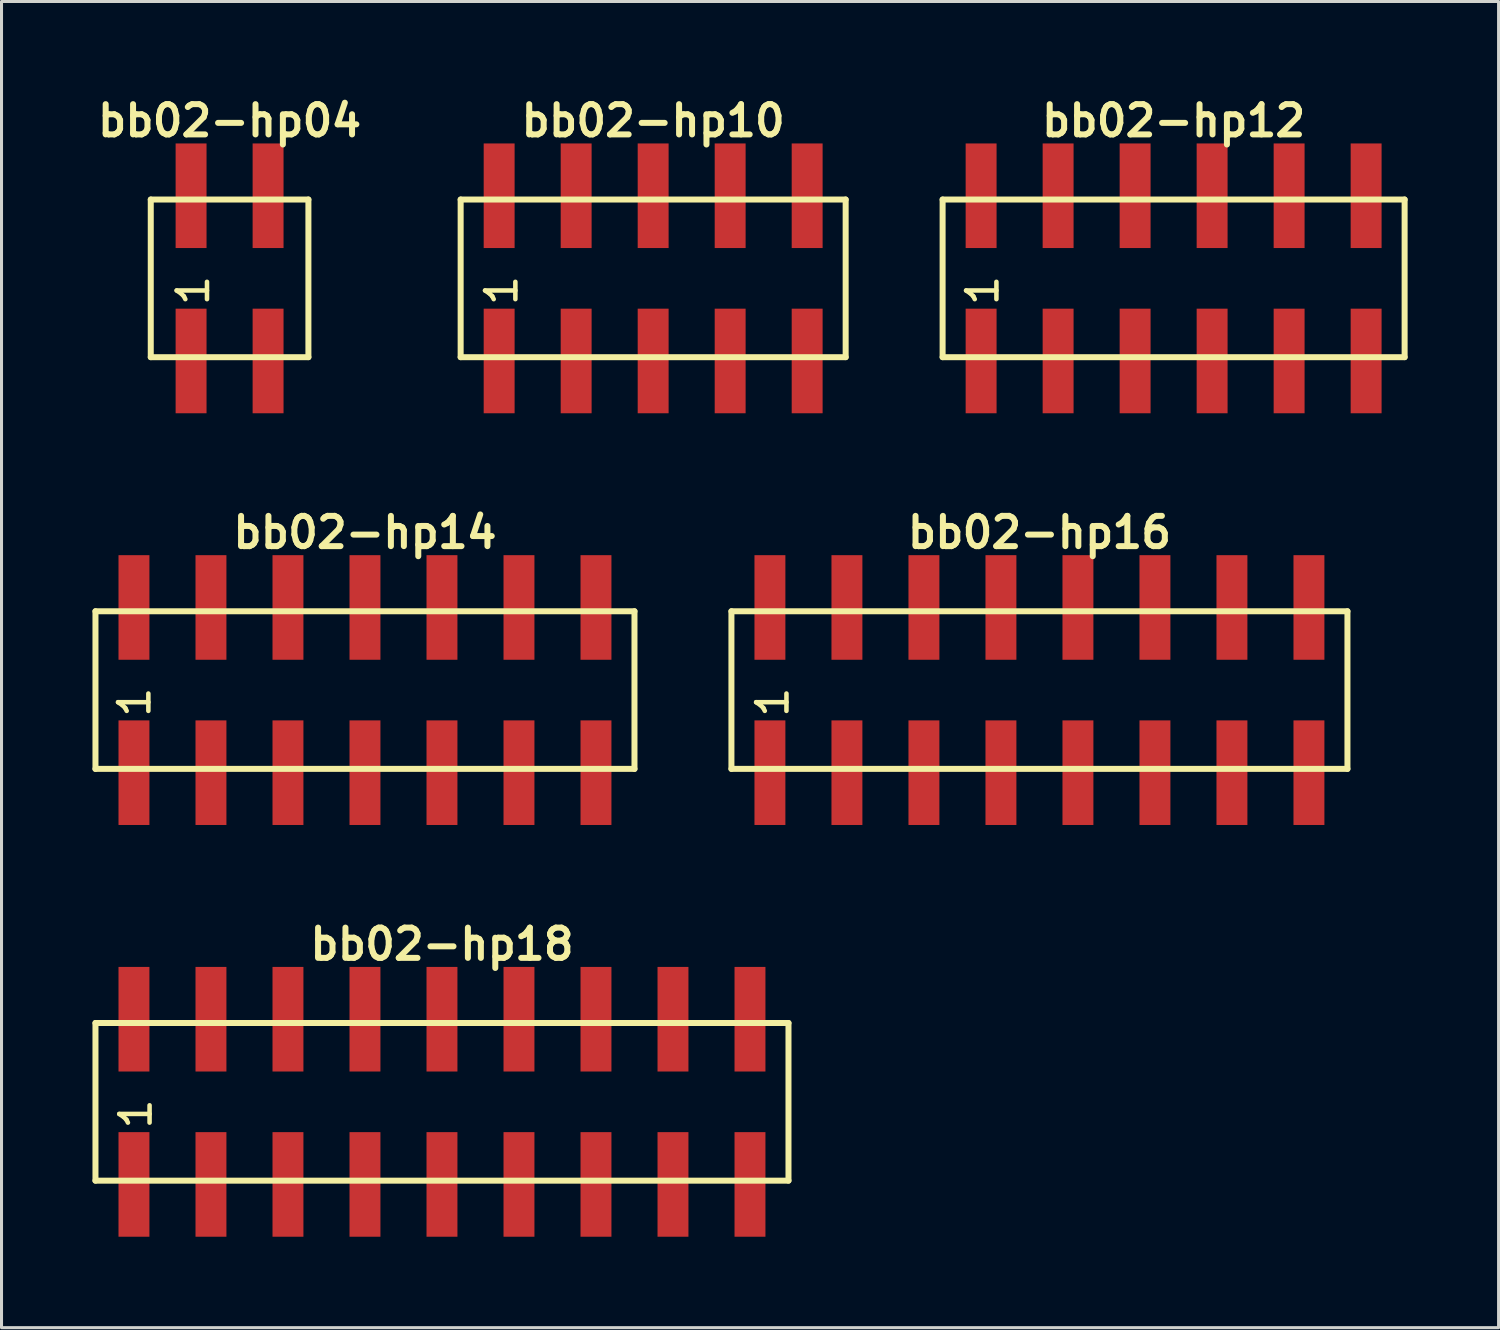
<source format=kicad_pcb>
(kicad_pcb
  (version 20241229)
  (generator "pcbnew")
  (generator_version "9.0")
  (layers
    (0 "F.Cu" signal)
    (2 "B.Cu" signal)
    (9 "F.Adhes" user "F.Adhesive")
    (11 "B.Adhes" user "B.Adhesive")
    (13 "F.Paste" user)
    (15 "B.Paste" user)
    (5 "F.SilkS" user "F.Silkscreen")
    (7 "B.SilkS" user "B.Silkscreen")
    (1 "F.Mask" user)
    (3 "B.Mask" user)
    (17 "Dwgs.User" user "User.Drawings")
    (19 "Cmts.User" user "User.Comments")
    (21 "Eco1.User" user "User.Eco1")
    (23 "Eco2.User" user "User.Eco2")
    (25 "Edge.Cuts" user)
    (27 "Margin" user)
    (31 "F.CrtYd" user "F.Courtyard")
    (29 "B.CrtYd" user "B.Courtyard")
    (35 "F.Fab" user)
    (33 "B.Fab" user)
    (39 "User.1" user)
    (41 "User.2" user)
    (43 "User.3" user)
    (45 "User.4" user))
  (footprint "bb02-hp14"
    (layer "F.Cu")
    (at 8.989 19.713)
    (property "Reference" "bb02-hp14" (at 0 -5.2 0) (layer "F.SilkS") (effects (font (size 0.998 0.998) (thickness 0.198))))
    (attr through_hole)
    (fp_line (start -8.89 -2.6) (end -8.89 2.6) (stroke (width 0.198) (type solid)) (layer "F.SilkS"))
    (fp_line (start -8.89 -2.6) (end 8.89 -2.6) (stroke (width 0.198) (type solid)) (layer "F.SilkS"))
    (fp_line (start 8.89 2.6) (end -8.89 2.6) (stroke (width 0.198) (type solid)) (layer "F.SilkS"))
    (fp_line (start 8.89 2.6) (end 8.89 -2.6) (stroke (width 0.198) (type solid)) (layer "F.SilkS"))
    (fp_text user "1" (at -7.6 0.4 90) (layer "F.SilkS") (effects (font (size 1 1) (thickness 0.15))))
    (pad "1" smd rect (at -7.62 2.725) (size 1.02 3.45) (layers "F.Cu" "F.Mask" "F.Paste"))
    (pad "2" smd rect (at -7.62 -2.725) (size 1.02 3.45) (layers "F.Cu" "F.Mask" "F.Paste"))
    (pad "3" smd rect (at -5.08 2.725) (size 1.02 3.45) (layers "F.Cu" "F.Mask" "F.Paste"))
    (pad "4" smd rect (at -5.08 -2.725) (size 1.02 3.45) (layers "F.Cu" "F.Mask" "F.Paste"))
    (pad "5" smd rect (at -2.54 2.725) (size 1.02 3.45) (layers "F.Cu" "F.Mask" "F.Paste"))
    (pad "6" smd rect (at -2.54 -2.725) (size 1.02 3.45) (layers "F.Cu" "F.Mask" "F.Paste"))
    (pad "7" smd rect (at 0 2.725) (size 1.02 3.45) (layers "F.Cu" "F.Mask" "F.Paste"))
    (pad "8" smd rect (at 0 -2.725) (size 1.02 3.45) (layers "F.Cu" "F.Mask" "F.Paste"))
    (pad "9" smd rect (at 2.54 2.725) (size 1.02 3.45) (layers "F.Cu" "F.Mask" "F.Paste"))
    (pad "10" smd rect (at 2.54 -2.725) (size 1.02 3.45) (layers "F.Cu" "F.Mask" "F.Paste"))
    (pad "11" smd rect (at 5.08 2.725) (size 1.02 3.45) (layers "F.Cu" "F.Mask" "F.Paste"))
    (pad "12" smd rect (at 5.08 -2.725) (size 1.02 3.45) (layers "F.Cu" "F.Mask" "F.Paste"))
    (pad "13" smd rect (at 7.62 2.725) (size 1.02 3.45) (layers "F.Cu" "F.Mask" "F.Paste"))
    (pad "14" smd rect (at 7.62 -2.725) (size 1.02 3.45) (layers "F.Cu" "F.Mask" "F.Paste")))
  (footprint "bb02-hp10"
    (layer "F.Cu")
    (at 18.495 6.132)
    (property "Reference" "bb02-hp10" (at 0 -5.2 0) (layer "F.SilkS") (effects (font (size 0.998 0.998) (thickness 0.198))))
    (attr through_hole)
    (fp_line (start -6.35 -2.6) (end -6.35 2.6) (stroke (width 0.198) (type solid)) (layer "F.SilkS"))
    (fp_line (start -6.35 -2.6) (end 6.35 -2.6) (stroke (width 0.198) (type solid)) (layer "F.SilkS"))
    (fp_line (start 6.35 2.6) (end -6.35 2.6) (stroke (width 0.198) (type solid)) (layer "F.SilkS"))
    (fp_line (start 6.35 2.6) (end 6.35 -2.6) (stroke (width 0.198) (type solid)) (layer "F.SilkS"))
    (fp_text user "1" (at -5 0.4 90) (layer "F.SilkS") (effects (font (size 1 1) (thickness 0.15))))
    (pad "1" smd rect (at -5.08 2.725) (size 1.02 3.45) (layers "F.Cu" "F.Mask" "F.Paste"))
    (pad "2" smd rect (at -5.08 -2.725) (size 1.02 3.45) (layers "F.Cu" "F.Mask" "F.Paste"))
    (pad "3" smd rect (at -2.54 2.725) (size 1.02 3.45) (layers "F.Cu" "F.Mask" "F.Paste"))
    (pad "4" smd rect (at -2.54 -2.725) (size 1.02 3.45) (layers "F.Cu" "F.Mask" "F.Paste"))
    (pad "5" smd rect (at 0 2.725) (size 1.02 3.45) (layers "F.Cu" "F.Mask" "F.Paste"))
    (pad "6" smd rect (at 0 -2.725) (size 1.02 3.45) (layers "F.Cu" "F.Mask" "F.Paste"))
    (pad "7" smd rect (at 2.54 2.725) (size 1.02 3.45) (layers "F.Cu" "F.Mask" "F.Paste"))
    (pad "8" smd rect (at 2.54 -2.725) (size 1.02 3.45) (layers "F.Cu" "F.Mask" "F.Paste"))
    (pad "9" smd rect (at 5.08 2.725) (size 1.02 3.45) (layers "F.Cu" "F.Mask" "F.Paste"))
    (pad "10" smd rect (at 5.08 -2.725) (size 1.02 3.45) (layers "F.Cu" "F.Mask" "F.Paste")))
  (footprint "bb02-hp18"
    (layer "F.Cu")
    (at 11.529 33.295)
    (property "Reference" "bb02-hp18" (at 0 -5.2 0) (layer "F.SilkS") (effects (font (size 0.998 0.998) (thickness 0.198))))
    (attr through_hole)
    (fp_line (start -11.43 -2.6) (end -11.43 2.6) (stroke (width 0.198) (type solid)) (layer "F.SilkS"))
    (fp_line (start -11.43 -2.6) (end 11.43 -2.6) (stroke (width 0.198) (type solid)) (layer "F.SilkS"))
    (fp_line (start 11.43 2.6) (end -11.43 2.6) (stroke (width 0.198) (type solid)) (layer "F.SilkS"))
    (fp_line (start 11.43 2.6) (end 11.43 -2.6) (stroke (width 0.198) (type solid)) (layer "F.SilkS"))
    (fp_text user "1" (at -10.1 0.4 90) (layer "F.SilkS") (effects (font (size 1 1) (thickness 0.15))))
    (pad "1" smd rect (at -10.16 2.725) (size 1.02 3.45) (layers "F.Cu" "F.Mask" "F.Paste"))
    (pad "2" smd rect (at -10.16 -2.725) (size 1.02 3.45) (layers "F.Cu" "F.Mask" "F.Paste"))
    (pad "3" smd rect (at -7.62 2.725) (size 1.02 3.45) (layers "F.Cu" "F.Mask" "F.Paste"))
    (pad "4" smd rect (at -7.62 -2.725) (size 1.02 3.45) (layers "F.Cu" "F.Mask" "F.Paste"))
    (pad "5" smd rect (at -5.08 2.725) (size 1.02 3.45) (layers "F.Cu" "F.Mask" "F.Paste"))
    (pad "6" smd rect (at -5.08 -2.725) (size 1.02 3.45) (layers "F.Cu" "F.Mask" "F.Paste"))
    (pad "7" smd rect (at -2.54 2.725) (size 1.02 3.45) (layers "F.Cu" "F.Mask" "F.Paste"))
    (pad "8" smd rect (at -2.54 -2.725) (size 1.02 3.45) (layers "F.Cu" "F.Mask" "F.Paste"))
    (pad "9" smd rect (at 0 2.725) (size 1.02 3.45) (layers "F.Cu" "F.Mask" "F.Paste"))
    (pad "10" smd rect (at 0 -2.725) (size 1.02 3.45) (layers "F.Cu" "F.Mask" "F.Paste"))
    (pad "11" smd rect (at 2.54 2.725) (size 1.02 3.45) (layers "F.Cu" "F.Mask" "F.Paste"))
    (pad "12" smd rect (at 2.54 -2.725) (size 1.02 3.45) (layers "F.Cu" "F.Mask" "F.Paste"))
    (pad "13" smd rect (at 5.08 2.725) (size 1.02 3.45) (layers "F.Cu" "F.Mask" "F.Paste"))
    (pad "14" smd rect (at 5.08 -2.725) (size 1.02 3.45) (layers "F.Cu" "F.Mask" "F.Paste"))
    (pad "15" smd rect (at 7.62 2.725) (size 1.02 3.45) (layers "F.Cu" "F.Mask" "F.Paste"))
    (pad "16" smd rect (at 7.62 -2.725) (size 1.02 3.45) (layers "F.Cu" "F.Mask" "F.Paste"))
    (pad "17" smd rect (at 10.16 2.725) (size 1.02 3.45) (layers "F.Cu" "F.Mask" "F.Paste"))
    (pad "18" smd rect (at 10.16 -2.725) (size 1.02 3.45) (layers "F.Cu" "F.Mask" "F.Paste")))
  (footprint "bb02-hp04"
    (layer "F.Cu")
    (at 4.523 6.132)
    (property "Reference" "bb02-hp04" (at 0 -5.2 0) (layer "F.SilkS") (effects (font (size 0.998 0.998) (thickness 0.198))))
    (attr through_hole)
    (fp_line (start -2.6 -2.6) (end 2.6 -2.6) (stroke (width 0.198) (type solid)) (layer "F.SilkS"))
    (fp_line (start -2.6 2.6) (end -2.6 -2.6) (stroke (width 0.198) (type solid)) (layer "F.SilkS"))
    (fp_line (start 2.6 -2.6) (end 2.6 2.6) (stroke (width 0.198) (type solid)) (layer "F.SilkS"))
    (fp_line (start 2.6 2.6) (end -2.6 2.6) (stroke (width 0.198) (type solid)) (layer "F.SilkS"))
    (fp_text user "1" (at -1.2 0.4 90) (layer "F.SilkS") (effects (font (size 1 1) (thickness 0.15))))
    (pad "1" smd rect (at -1.27 2.725) (size 1.02 3.45) (layers "F.Cu" "F.Mask" "F.Paste"))
    (pad "2" smd rect (at -1.27 -2.725) (size 1.02 3.45) (layers "F.Cu" "F.Mask" "F.Paste"))
    (pad "3" smd rect (at 1.27 2.725) (size 1.02 3.45) (layers "F.Cu" "F.Mask" "F.Paste"))
    (pad "4" smd rect (at 1.27 -2.725) (size 1.02 3.45) (layers "F.Cu" "F.Mask" "F.Paste")))
  (footprint "bb02-hp16"
    (layer "F.Cu")
    (at 31.237 19.713)
    (property "Reference" "bb02-hp16" (at 0 -5.2 0) (layer "F.SilkS") (effects (font (size 0.998 0.998) (thickness 0.198))))
    (attr through_hole)
    (fp_line (start -10.16 -2.6) (end -10.16 2.6) (stroke (width 0.198) (type solid)) (layer "F.SilkS"))
    (fp_line (start -10.16 -2.6) (end 10.16 -2.6) (stroke (width 0.198) (type solid)) (layer "F.SilkS"))
    (fp_line (start 10.16 2.6) (end -10.16 2.6) (stroke (width 0.198) (type solid)) (layer "F.SilkS"))
    (fp_line (start 10.16 2.6) (end 10.16 -2.6) (stroke (width 0.198) (type solid)) (layer "F.SilkS"))
    (fp_text user "1" (at -8.8 0.4 90) (layer "F.SilkS") (effects (font (size 1 1) (thickness 0.15))))
    (pad "1" smd rect (at -8.89 2.725) (size 1.02 3.45) (layers "F.Cu" "F.Mask" "F.Paste"))
    (pad "2" smd rect (at -8.89 -2.725) (size 1.02 3.45) (layers "F.Cu" "F.Mask" "F.Paste"))
    (pad "3" smd rect (at -6.35 2.725) (size 1.02 3.45) (layers "F.Cu" "F.Mask" "F.Paste"))
    (pad "4" smd rect (at -6.35 -2.725) (size 1.02 3.45) (layers "F.Cu" "F.Mask" "F.Paste"))
    (pad "5" smd rect (at -3.81 2.725) (size 1.02 3.45) (layers "F.Cu" "F.Mask" "F.Paste"))
    (pad "6" smd rect (at -3.81 -2.725) (size 1.02 3.45) (layers "F.Cu" "F.Mask" "F.Paste"))
    (pad "7" smd rect (at -1.27 2.725) (size 1.02 3.45) (layers "F.Cu" "F.Mask" "F.Paste"))
    (pad "8" smd rect (at -1.27 -2.725) (size 1.02 3.45) (layers "F.Cu" "F.Mask" "F.Paste"))
    (pad "9" smd rect (at 1.27 2.725) (size 1.02 3.45) (layers "F.Cu" "F.Mask" "F.Paste"))
    (pad "10" smd rect (at 1.27 -2.725) (size 1.02 3.45) (layers "F.Cu" "F.Mask" "F.Paste"))
    (pad "11" smd rect (at 3.81 2.725) (size 1.02 3.45) (layers "F.Cu" "F.Mask" "F.Paste"))
    (pad "12" smd rect (at 3.81 -2.725) (size 1.02 3.45) (layers "F.Cu" "F.Mask" "F.Paste"))
    (pad "13" smd rect (at 6.35 2.725) (size 1.02 3.45) (layers "F.Cu" "F.Mask" "F.Paste"))
    (pad "14" smd rect (at 6.35 -2.725) (size 1.02 3.45) (layers "F.Cu" "F.Mask" "F.Paste"))
    (pad "15" smd rect (at 8.89 2.725) (size 1.02 3.45) (layers "F.Cu" "F.Mask" "F.Paste"))
    (pad "16" smd rect (at 8.89 -2.725) (size 1.02 3.45) (layers "F.Cu" "F.Mask" "F.Paste")))
  (footprint "bb02-hp12"
    (layer "F.Cu")
    (at 35.663 6.132)
    (property "Reference" "bb02-hp12" (at 0 -5.2 0) (layer "F.SilkS") (effects (font (size 0.998 0.998) (thickness 0.198))))
    (attr through_hole)
    (fp_line (start -7.62 -2.6) (end -7.62 2.6) (stroke (width 0.198) (type solid)) (layer "F.SilkS"))
    (fp_line (start -7.62 -2.6) (end 7.62 -2.6) (stroke (width 0.198) (type solid)) (layer "F.SilkS"))
    (fp_line (start 7.62 2.6) (end -7.62 2.6) (stroke (width 0.198) (type solid)) (layer "F.SilkS"))
    (fp_line (start 7.62 2.6) (end 7.62 -2.6) (stroke (width 0.198) (type solid)) (layer "F.SilkS"))
    (fp_text user "1" (at -6.3 0.4 90) (layer "F.SilkS") (effects (font (size 1 1) (thickness 0.15))))
    (pad "1" smd rect (at -6.35 2.725) (size 1.02 3.45) (layers "F.Cu" "F.Mask" "F.Paste"))
    (pad "2" smd rect (at -6.35 -2.725) (size 1.02 3.45) (layers "F.Cu" "F.Mask" "F.Paste"))
    (pad "3" smd rect (at -3.81 2.725) (size 1.02 3.45) (layers "F.Cu" "F.Mask" "F.Paste"))
    (pad "4" smd rect (at -3.81 -2.725) (size 1.02 3.45) (layers "F.Cu" "F.Mask" "F.Paste"))
    (pad "5" smd rect (at -1.27 2.725) (size 1.02 3.45) (layers "F.Cu" "F.Mask" "F.Paste"))
    (pad "6" smd rect (at -1.27 -2.725) (size 1.02 3.45) (layers "F.Cu" "F.Mask" "F.Paste"))
    (pad "7" smd rect (at 1.27 2.725) (size 1.02 3.45) (layers "F.Cu" "F.Mask" "F.Paste"))
    (pad "8" smd rect (at 1.27 -2.725) (size 1.02 3.45) (layers "F.Cu" "F.Mask" "F.Paste"))
    (pad "9" smd rect (at 3.81 2.725) (size 1.02 3.45) (layers "F.Cu" "F.Mask" "F.Paste"))
    (pad "10" smd rect (at 3.81 -2.725) (size 1.02 3.45) (layers "F.Cu" "F.Mask" "F.Paste"))
    (pad "11" smd rect (at 6.35 2.725) (size 1.02 3.45) (layers "F.Cu" "F.Mask" "F.Paste"))
    (pad "12" smd rect (at 6.35 -2.725) (size 1.02 3.45) (layers "F.Cu" "F.Mask" "F.Paste")))
  (gr_rect
    (start -3 -3)
    (end 46.382 40.745)
    (stroke (width 0.1) (type default))
    (fill no)
    (layer "Edge.Cuts")))
</source>
